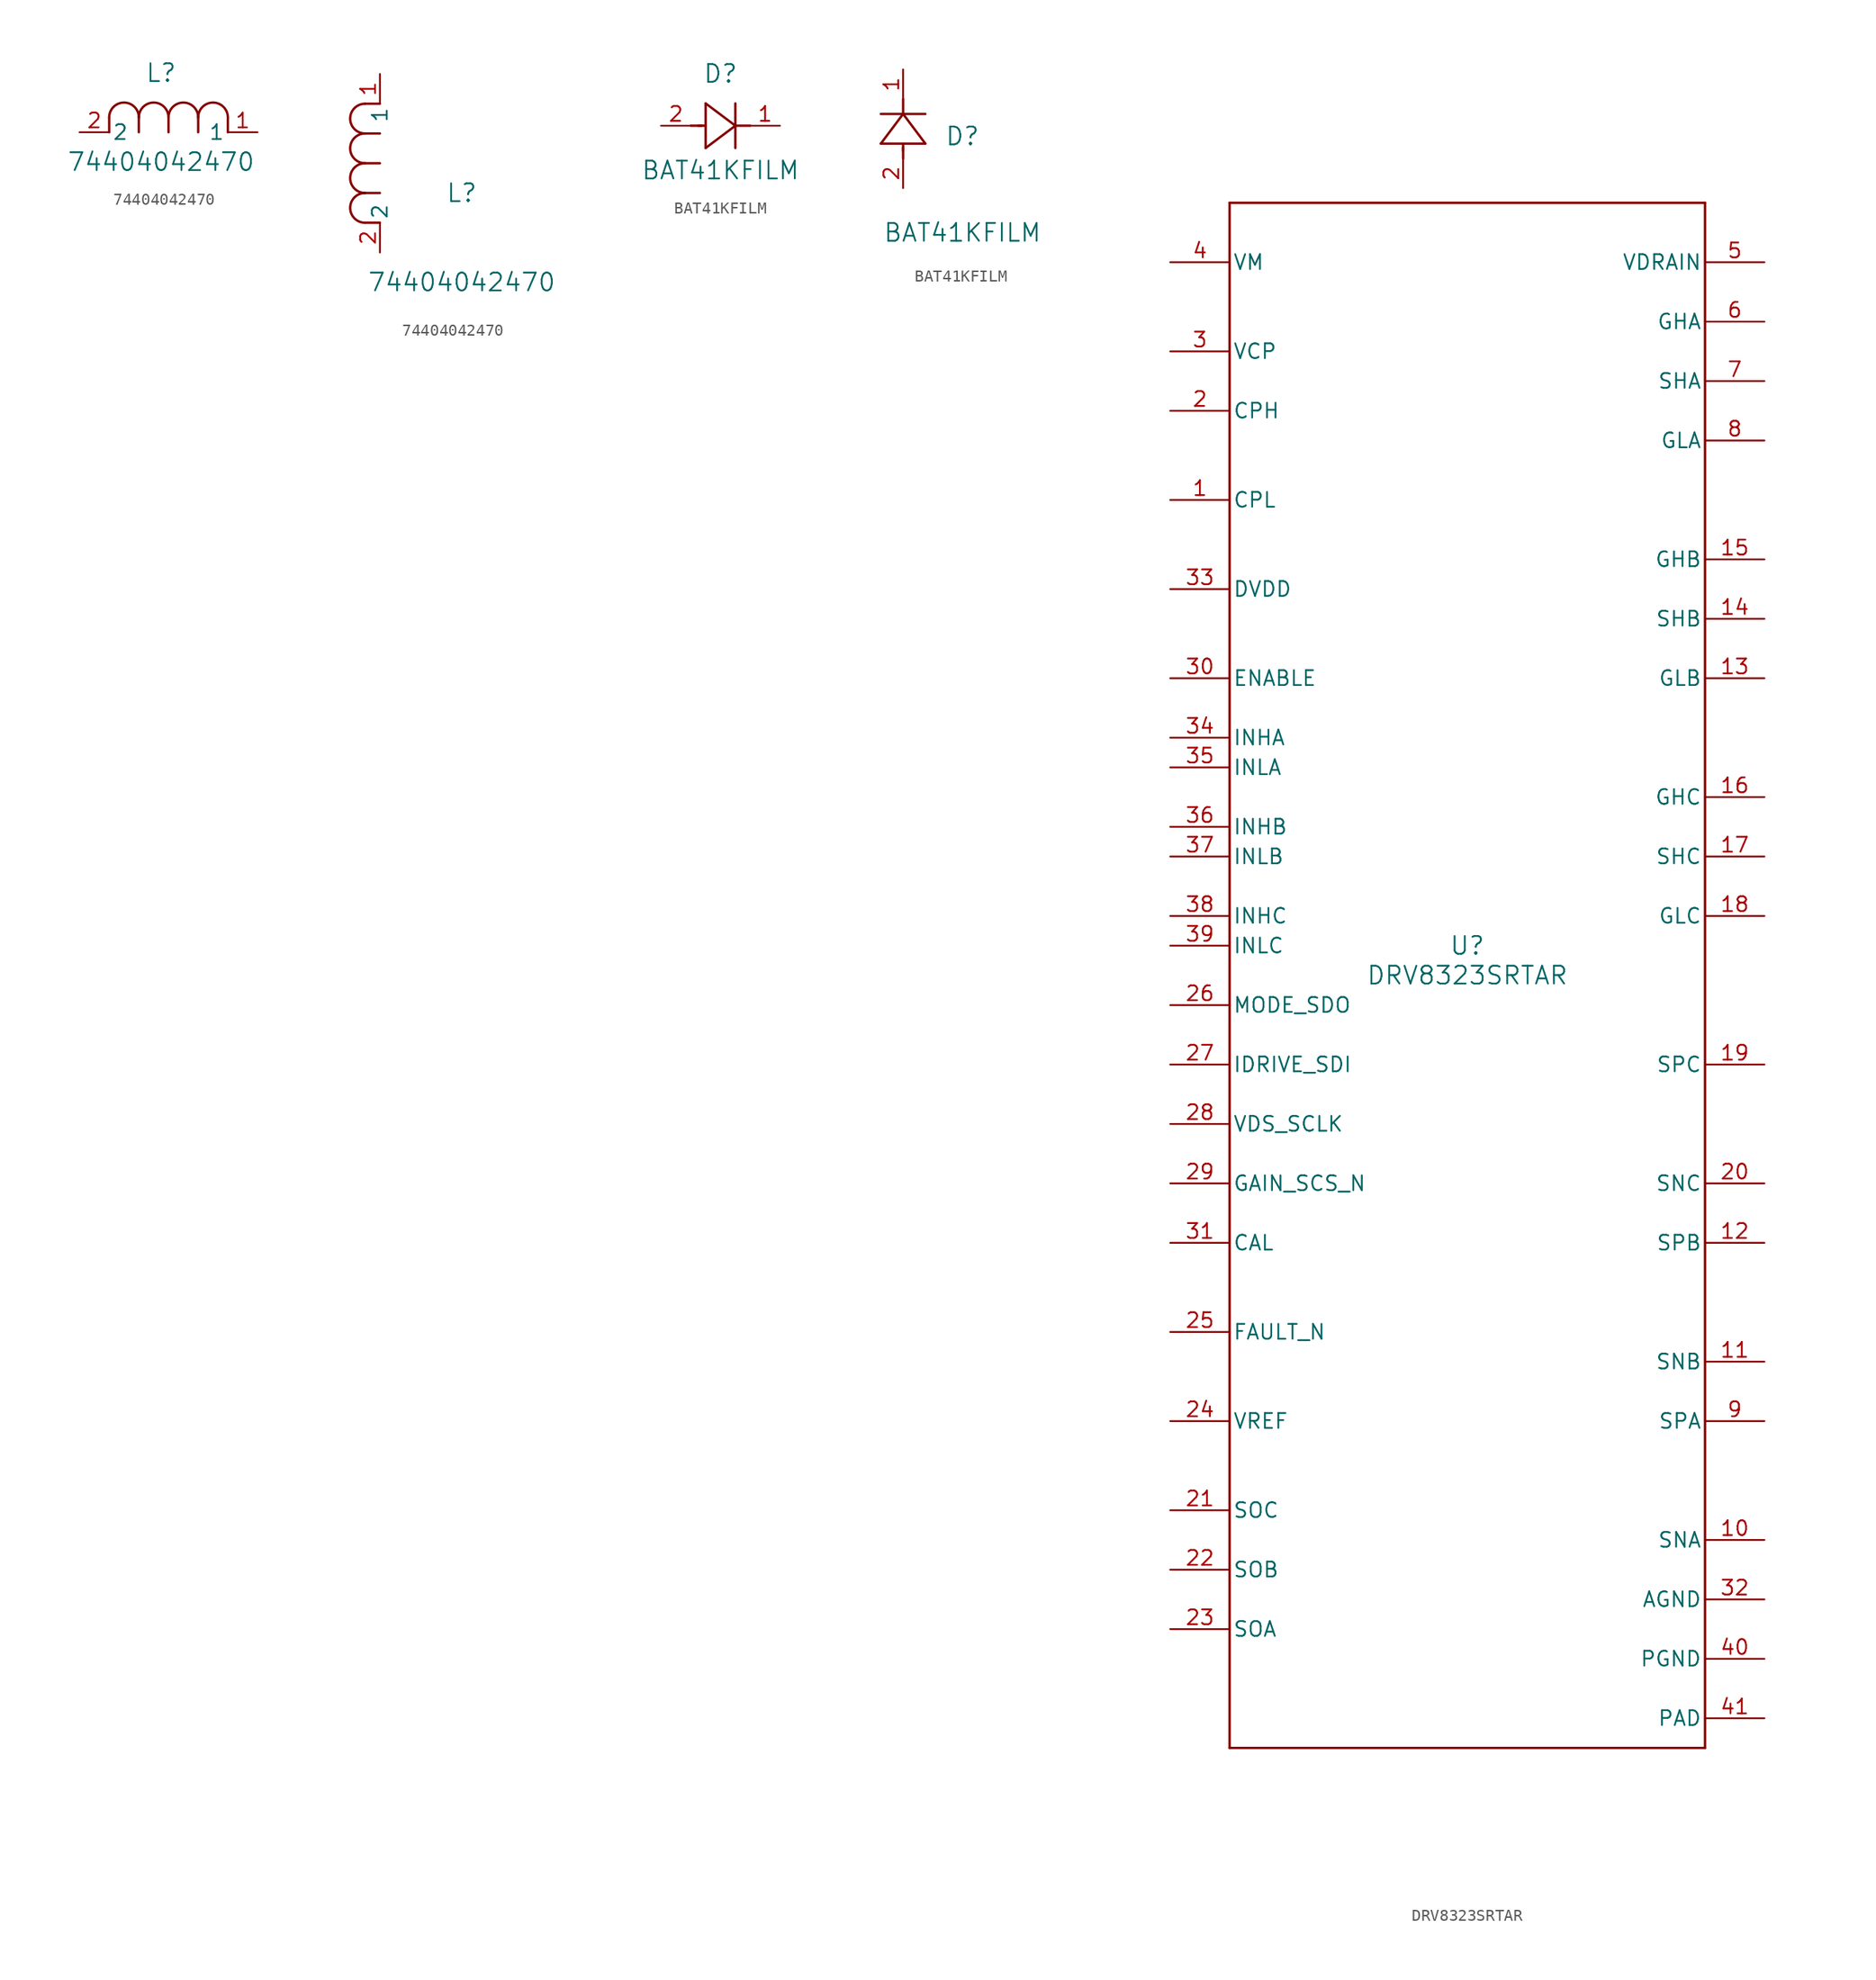
<source format=kicad_sym>
(kicad_symbol_lib
  (version 20220914)
  (generator kicad_symbol_editor)
  (symbol "74404042470"
    (pin_names
      (offset 0.254))
    (property "Reference" "L"
      (at 6.985 5.08 0)
      (effects (font (size 1.524 1.524))))
    (property "Value" "74404042470"
      (at 6.985 -2.54 0)
      (effects (font (size 1.524 1.524))))
    (property "ki_locked" ""
      (at 0 0 0)
      (effects (font (size 1.27 1.27))))
    (symbol "74404042470_1_1"
      (polyline (pts (xy 2.54 0) (xy 2.54 1.27)) (stroke (width 0.203) (type default)) (fill (type none)))
      (polyline (pts (xy 5.08 0) (xy 5.08 1.27)) (stroke (width 0.203) (type default)) (fill (type none)))
      (polyline (pts (xy 7.62 0) (xy 7.62 1.27)) (stroke (width 0.203) (type default)) (fill (type none)))
      (polyline (pts (xy 10.16 0) (xy 10.16 1.27)) (stroke (width 0.203) (type default)) (fill (type none)))
      (polyline (pts (xy 12.7 0) (xy 12.7 1.27)) (stroke (width 0.203) (type default)) (fill (type none)))
      (arc (start 5.08 1.27) (mid 3.81 2.5345) (end 2.54 1.27) (stroke (width 0.2032) (type default)) (fill (type none)))
      (arc (start 7.62 1.27) (mid 6.35 2.5345) (end 5.08 1.27) (stroke (width 0.2032) (type default)) (fill (type none)))
      (arc (start 10.16 1.27) (mid 8.89 2.5345) (end 7.62 1.27) (stroke (width 0.2032) (type default)) (fill (type none)))
      (arc (start 12.7 1.27) (mid 11.43 2.5345) (end 10.16 1.27) (stroke (width 0.2032) (type default)) (fill (type none)))
      (pin unspecified line (at 15.24 0 180) (length 2.54) (name "1" (effects (font (size 1.27 1.27)))) (number "1" (effects (font (size 1.27 1.27)))))
      (pin unspecified line (at 0 0 0) (length 2.54) (name "2" (effects (font (size 1.27 1.27)))) (number "2" (effects (font (size 1.27 1.27))))))
    (symbol "74404042470_1_2"
      (arc (start -1.27 5.08) (mid -2.5345 3.81) (end -1.27 2.54) (stroke (width 0.2032) (type default)) (fill (type none)))
      (arc (start -1.27 7.62) (mid -2.5345 6.35) (end -1.27 5.08) (stroke (width 0.2032) (type default)) (fill (type none)))
      (arc (start -1.27 10.16) (mid -2.5345 8.89) (end -1.27 7.62) (stroke (width 0.2032) (type default)) (fill (type none)))
      (arc (start -1.27 12.7) (mid -2.5345 11.43) (end -1.27 10.16) (stroke (width 0.2032) (type default)) (fill (type none)))
      (polyline (pts (xy 0 2.54) (xy -1.27 2.54)) (stroke (width 0.203) (type default)) (fill (type none)))
      (polyline (pts (xy 0 5.08) (xy -1.27 5.08)) (stroke (width 0.203) (type default)) (fill (type none)))
      (polyline (pts (xy 0 7.62) (xy -1.27 7.62)) (stroke (width 0.203) (type default)) (fill (type none)))
      (polyline (pts (xy 0 10.16) (xy -1.27 10.16)) (stroke (width 0.203) (type default)) (fill (type none)))
      (polyline (pts (xy 0 12.7) (xy -1.27 12.7)) (stroke (width 0.203) (type default)) (fill (type none)))
      (pin unspecified line (at 0 15.24 270) (length 2.54) (name "1" (effects (font (size 1.27 1.27)))) (number "1" (effects (font (size 1.27 1.27)))))
      (pin unspecified line (at 0 0 90) (length 2.54) (name "2" (effects (font (size 1.27 1.27)))) (number "2" (effects (font (size 1.27 1.27)))))))
  (symbol "BAT41KFILM"
    (pin_names
      (offset 0.254))
    (property "Reference" "D"
      (at 5.08 4.445 0)
      (effects (font (size 1.524 1.524))))
    (property "Value" "BAT41KFILM"
      (at 5.08 -3.81 0)
      (effects (font (size 1.524 1.524))))
    (property "ki_locked" ""
      (at 0 0 0)
      (effects (font (size 1.27 1.27))))
    (symbol "BAT41KFILM_1_1"
      (polyline (pts (xy 2.54 0) (xy 3.48 0)) (stroke (width 0.203) (type default)) (fill (type none)))
      (polyline (pts (xy 3.175 0) (xy 3.81 0)) (stroke (width 0.203) (type default)) (fill (type none)))
      (polyline (pts (xy 3.81 -1.905) (xy 6.35 0)) (stroke (width 0.203) (type default)) (fill (type none)))
      (polyline (pts (xy 3.81 1.905) (xy 3.81 -1.905)) (stroke (width 0.203) (type default)) (fill (type none)))
      (polyline (pts (xy 6.35 -1.905) (xy 6.35 1.905)) (stroke (width 0.203) (type default)) (fill (type none)))
      (polyline (pts (xy 6.35 0) (xy 3.81 1.905)) (stroke (width 0.203) (type default)) (fill (type none)))
      (polyline (pts (xy 6.35 0) (xy 7.62 0)) (stroke (width 0.203) (type default)) (fill (type none)))
      (pin unspecified line (at 10.16 0 180) (length 2.54) (name "" (effects (font (size 1.27 1.27)))) (number "1" (effects (font (size 1.27 1.27)))))
      (pin unspecified line (at 0 0 0) (length 2.54) (name "" (effects (font (size 1.27 1.27)))) (number "2" (effects (font (size 1.27 1.27))))))
    (symbol "BAT41KFILM_1_2"
      (polyline (pts (xy -1.905 3.81) (xy 1.905 3.81)) (stroke (width 0.203) (type default)) (fill (type none)))
      (polyline (pts (xy 0 2.54) (xy 0 3.48)) (stroke (width 0.203) (type default)) (fill (type none)))
      (polyline (pts (xy 0 3.175) (xy 0 3.81)) (stroke (width 0.203) (type default)) (fill (type none)))
      (polyline (pts (xy 0 6.35) (xy -1.905 3.81)) (stroke (width 0.203) (type default)) (fill (type none)))
      (polyline (pts (xy 0 6.35) (xy 0 7.62)) (stroke (width 0.203) (type default)) (fill (type none)))
      (polyline (pts (xy 1.905 3.81) (xy 0 6.35)) (stroke (width 0.203) (type default)) (fill (type none)))
      (polyline (pts (xy 1.905 6.35) (xy -1.905 6.35)) (stroke (width 0.203) (type default)) (fill (type none)))
      (pin unspecified line (at 0 10.16 270) (length 2.54) (name "" (effects (font (size 1.27 1.27)))) (number "1" (effects (font (size 1.27 1.27)))))
      (pin unspecified line (at 0 0 90) (length 2.54) (name "" (effects (font (size 1.27 1.27)))) (number "2" (effects (font (size 1.27 1.27)))))))
  (symbol "DRV8323SRTAR"
    (pin_names
      (offset 0.254))
    (property "Reference" "U"
      (at 0 2.54 0)
      (effects (font (size 1.524 1.524))))
    (property "Value" "DRV8323SRTAR"
      (at 0 0 0)
      (effects (font (size 1.524 1.524))))
    (property "ki_locked" ""
      (at 0 0 0)
      (effects (font (size 1.27 1.27))))
    (symbol "DRV8323SRTAR_0_1"
      (polyline (pts (xy -20.32 -66.04) (xy 20.32 -66.04)) (stroke (width 0.203) (type default)) (fill (type none)))
      (polyline (pts (xy -20.32 66.04) (xy -20.32 -66.04)) (stroke (width 0.203) (type default)) (fill (type none)))
      (polyline (pts (xy 20.32 -66.04) (xy 20.32 66.04)) (stroke (width 0.203) (type default)) (fill (type none)))
      (polyline (pts (xy 20.32 66.04) (xy -20.32 66.04)) (stroke (width 0.203) (type default)) (fill (type none)))
      (pin unspecified line (at -25.4 40.64 0) (length 5.08) (name "CPL" (effects (font (size 1.27 1.27)))) (number "1" (effects (font (size 1.27 1.27)))))
      (pin input line (at 25.4 -48.26 180) (length 5.08) (name "SNA" (effects (font (size 1.27 1.27)))) (number "10" (effects (font (size 1.27 1.27)))))
      (pin input line (at 25.4 -33.02 180) (length 5.08) (name "SNB" (effects (font (size 1.27 1.27)))) (number "11" (effects (font (size 1.27 1.27)))))
      (pin input line (at 25.4 -22.86 180) (length 5.08) (name "SPB" (effects (font (size 1.27 1.27)))) (number "12" (effects (font (size 1.27 1.27)))))
      (pin output line (at 25.4 25.4 180) (length 5.08) (name "GLB" (effects (font (size 1.27 1.27)))) (number "13" (effects (font (size 1.27 1.27)))))
      (pin input line (at 25.4 30.48 180) (length 5.08) (name "SHB" (effects (font (size 1.27 1.27)))) (number "14" (effects (font (size 1.27 1.27)))))
      (pin output line (at 25.4 35.56 180) (length 5.08) (name "GHB" (effects (font (size 1.27 1.27)))) (number "15" (effects (font (size 1.27 1.27)))))
      (pin output line (at 25.4 15.24 180) (length 5.08) (name "GHC" (effects (font (size 1.27 1.27)))) (number "16" (effects (font (size 1.27 1.27)))))
      (pin input line (at 25.4 10.16 180) (length 5.08) (name "SHC" (effects (font (size 1.27 1.27)))) (number "17" (effects (font (size 1.27 1.27)))))
      (pin output line (at 25.4 5.08 180) (length 5.08) (name "GLC" (effects (font (size 1.27 1.27)))) (number "18" (effects (font (size 1.27 1.27)))))
      (pin input line (at 25.4 -7.62 180) (length 5.08) (name "SPC" (effects (font (size 1.27 1.27)))) (number "19" (effects (font (size 1.27 1.27)))))
      (pin unspecified line (at -25.4 48.26 0) (length 5.08) (name "CPH" (effects (font (size 1.27 1.27)))) (number "2" (effects (font (size 1.27 1.27)))))
      (pin input line (at 25.4 -17.78 180) (length 5.08) (name "SNC" (effects (font (size 1.27 1.27)))) (number "20" (effects (font (size 1.27 1.27)))))
      (pin output line (at -25.4 -45.72 0) (length 5.08) (name "SOC" (effects (font (size 1.27 1.27)))) (number "21" (effects (font (size 1.27 1.27)))))
      (pin output line (at -25.4 -50.8 0) (length 5.08) (name "SOB" (effects (font (size 1.27 1.27)))) (number "22" (effects (font (size 1.27 1.27)))))
      (pin output line (at -25.4 -55.88 0) (length 5.08) (name "SOA" (effects (font (size 1.27 1.27)))) (number "23" (effects (font (size 1.27 1.27)))))
      (pin input line (at -25.4 -38.1 0) (length 5.08) (name "VREF" (effects (font (size 1.27 1.27)))) (number "24" (effects (font (size 1.27 1.27)))))
      (pin open_collector line (at -25.4 -30.48 0) (length 5.08) (name "FAULT_N" (effects (font (size 1.27 1.27)))) (number "25" (effects (font (size 1.27 1.27)))))
      (pin unspecified line (at -25.4 -2.54 0) (length 5.08) (name "MODE_SDO" (effects (font (size 1.27 1.27)))) (number "26" (effects (font (size 1.27 1.27)))))
      (pin input line (at -25.4 -7.62 0) (length 5.08) (name "IDRIVE_SDI" (effects (font (size 1.27 1.27)))) (number "27" (effects (font (size 1.27 1.27)))))
      (pin input line (at -25.4 -12.7 0) (length 5.08) (name "VDS_SCLK" (effects (font (size 1.27 1.27)))) (number "28" (effects (font (size 1.27 1.27)))))
      (pin input line (at -25.4 -17.78 0) (length 5.08) (name "GAIN_SCS_N" (effects (font (size 1.27 1.27)))) (number "29" (effects (font (size 1.27 1.27)))))
      (pin power_in line (at -25.4 53.34 0) (length 5.08) (name "VCP" (effects (font (size 1.27 1.27)))) (number "3" (effects (font (size 1.27 1.27)))))
      (pin input line (at -25.4 25.4 0) (length 5.08) (name "ENABLE" (effects (font (size 1.27 1.27)))) (number "30" (effects (font (size 1.27 1.27)))))
      (pin input line (at -25.4 -22.86 0) (length 5.08) (name "CAL" (effects (font (size 1.27 1.27)))) (number "31" (effects (font (size 1.27 1.27)))))
      (pin power_in line (at 25.4 -53.34 180) (length 5.08) (name "AGND" (effects (font (size 1.27 1.27)))) (number "32" (effects (font (size 1.27 1.27)))))
      (pin power_in line (at -25.4 33.02 0) (length 5.08) (name "DVDD" (effects (font (size 1.27 1.27)))) (number "33" (effects (font (size 1.27 1.27)))))
      (pin input line (at -25.4 20.32 0) (length 5.08) (name "INHA" (effects (font (size 1.27 1.27)))) (number "34" (effects (font (size 1.27 1.27)))))
      (pin input line (at -25.4 17.78 0) (length 5.08) (name "INLA" (effects (font (size 1.27 1.27)))) (number "35" (effects (font (size 1.27 1.27)))))
      (pin input line (at -25.4 12.7 0) (length 5.08) (name "INHB" (effects (font (size 1.27 1.27)))) (number "36" (effects (font (size 1.27 1.27)))))
      (pin input line (at -25.4 10.16 0) (length 5.08) (name "INLB" (effects (font (size 1.27 1.27)))) (number "37" (effects (font (size 1.27 1.27)))))
      (pin input line (at -25.4 5.08 0) (length 5.08) (name "INHC" (effects (font (size 1.27 1.27)))) (number "38" (effects (font (size 1.27 1.27)))))
      (pin input line (at -25.4 2.54 0) (length 5.08) (name "INLC" (effects (font (size 1.27 1.27)))) (number "39" (effects (font (size 1.27 1.27)))))
      (pin power_in line (at -25.4 60.96 0) (length 5.08) (name "VM" (effects (font (size 1.27 1.27)))) (number "4" (effects (font (size 1.27 1.27)))))
      (pin power_in line (at 25.4 -58.42 180) (length 5.08) (name "PGND" (effects (font (size 1.27 1.27)))) (number "40" (effects (font (size 1.27 1.27)))))
      (pin power_in line (at 25.4 -63.5 180) (length 5.08) (name "PAD" (effects (font (size 1.27 1.27)))) (number "41" (effects (font (size 1.27 1.27)))))
      (pin input line (at 25.4 60.96 180) (length 5.08) (name "VDRAIN" (effects (font (size 1.27 1.27)))) (number "5" (effects (font (size 1.27 1.27)))))
      (pin output line (at 25.4 55.88 180) (length 5.08) (name "GHA" (effects (font (size 1.27 1.27)))) (number "6" (effects (font (size 1.27 1.27)))))
      (pin input line (at 25.4 50.8 180) (length 5.08) (name "SHA" (effects (font (size 1.27 1.27)))) (number "7" (effects (font (size 1.27 1.27)))))
      (pin output line (at 25.4 45.72 180) (length 5.08) (name "GLA" (effects (font (size 1.27 1.27)))) (number "8" (effects (font (size 1.27 1.27)))))
      (pin input line (at 25.4 -38.1 180) (length 5.08) (name "SPA" (effects (font (size 1.27 1.27)))) (number "9" (effects (font (size 1.27 1.27))))))))
</source>
